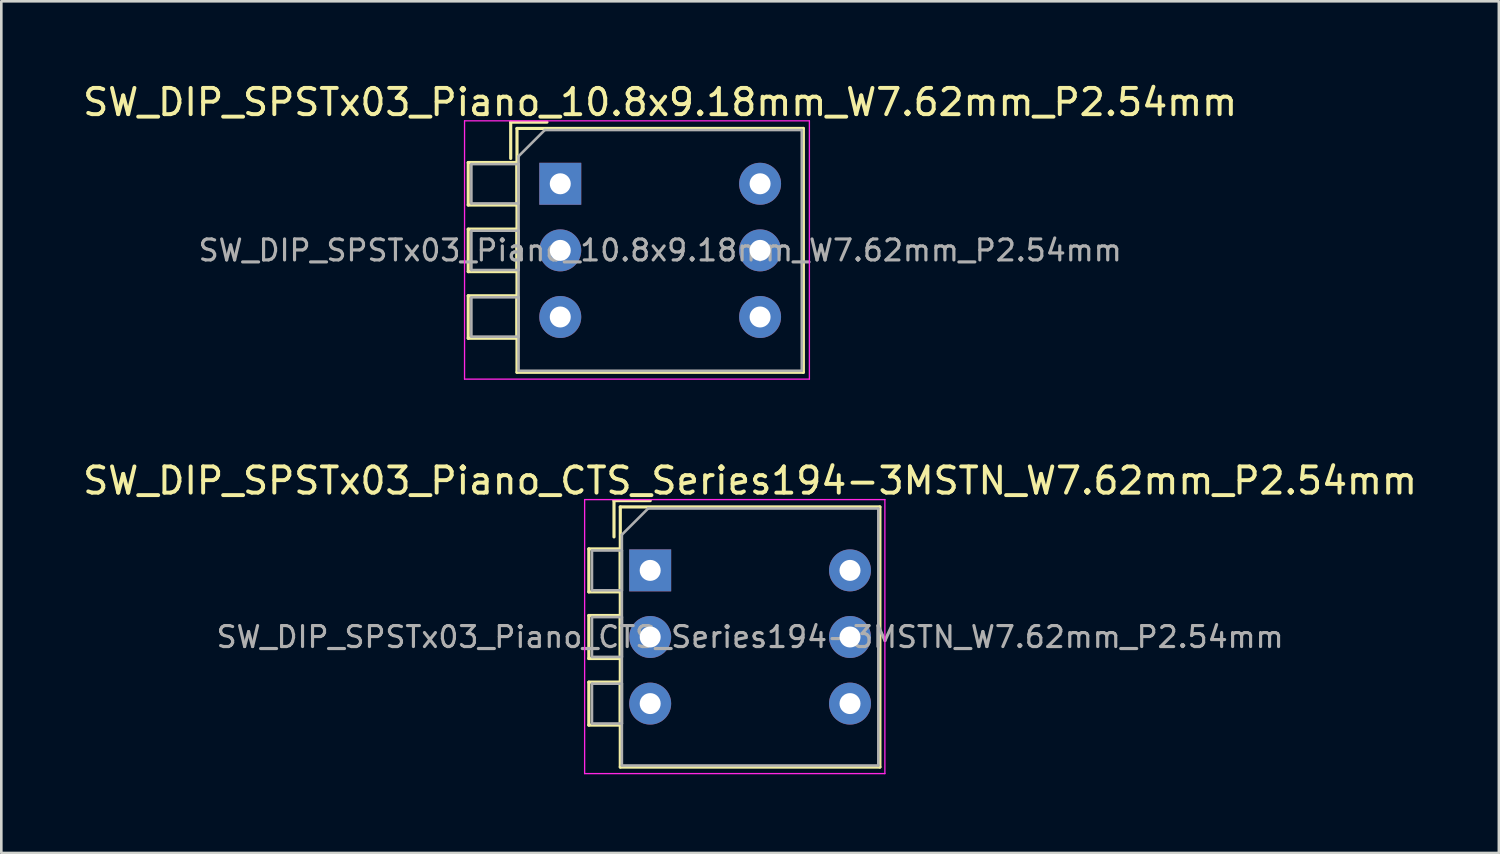
<source format=kicad_pcb>
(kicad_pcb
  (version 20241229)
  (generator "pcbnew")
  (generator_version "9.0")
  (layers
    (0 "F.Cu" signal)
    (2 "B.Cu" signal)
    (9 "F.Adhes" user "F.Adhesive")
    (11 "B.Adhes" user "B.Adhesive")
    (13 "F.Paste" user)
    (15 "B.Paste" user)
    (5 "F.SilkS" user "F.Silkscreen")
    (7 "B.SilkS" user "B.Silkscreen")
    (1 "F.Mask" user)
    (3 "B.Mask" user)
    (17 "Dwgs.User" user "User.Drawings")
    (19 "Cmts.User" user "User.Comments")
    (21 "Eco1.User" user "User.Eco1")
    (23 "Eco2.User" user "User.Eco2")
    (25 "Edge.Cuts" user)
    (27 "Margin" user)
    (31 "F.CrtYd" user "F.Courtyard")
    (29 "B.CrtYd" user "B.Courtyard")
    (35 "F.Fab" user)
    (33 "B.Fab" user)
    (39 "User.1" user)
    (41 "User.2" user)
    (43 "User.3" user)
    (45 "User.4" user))
  (footprint "SW_DIP_SPSTx03_Piano_10.8x9.18mm_W7.62mm_P2.54mm"
    (layer "F.Cu")
    (at 18.315 3.958)
    (property "Reference" "SW_DIP_SPSTx03_Piano_10.8x9.18mm_W7.62mm_P2.54mm" (at 3.81 -3.11 0) (layer "F.SilkS") (effects (font (size 1 1) (thickness 0.15))))
    (attr through_hole)
    (fp_line (start -3.51 -0.81) (end -3.51 0.81) (stroke (width 0.12) (type solid)) (layer "F.SilkS"))
    (fp_line (start -3.51 -0.81) (end -1.65 -0.81) (stroke (width 0.12) (type solid)) (layer "F.SilkS"))
    (fp_line (start -3.51 0.81) (end -1.65 0.81) (stroke (width 0.12) (type solid)) (layer "F.SilkS"))
    (fp_line (start -3.51 1.73) (end -3.51 3.35) (stroke (width 0.12) (type solid)) (layer "F.SilkS"))
    (fp_line (start -3.51 1.73) (end -1.65 1.73) (stroke (width 0.12) (type solid)) (layer "F.SilkS"))
    (fp_line (start -3.51 3.35) (end -1.65 3.35) (stroke (width 0.12) (type solid)) (layer "F.SilkS"))
    (fp_line (start -3.51 4.27) (end -3.51 5.89) (stroke (width 0.12) (type solid)) (layer "F.SilkS"))
    (fp_line (start -3.51 4.27) (end -1.65 4.27) (stroke (width 0.12) (type solid)) (layer "F.SilkS"))
    (fp_line (start -3.51 5.89) (end -1.65 5.89) (stroke (width 0.12) (type solid)) (layer "F.SilkS"))
    (fp_line (start -1.89 -2.35) (end -1.89 -0.967) (stroke (width 0.12) (type solid)) (layer "F.SilkS"))
    (fp_line (start -1.89 -2.35) (end -0.507 -2.35) (stroke (width 0.12) (type solid)) (layer "F.SilkS"))
    (fp_line (start -1.65 -2.11) (end -1.65 7.19) (stroke (width 0.12) (type solid)) (layer "F.SilkS"))
    (fp_line (start -1.65 -2.11) (end 9.27 -2.11) (stroke (width 0.12) (type solid)) (layer "F.SilkS"))
    (fp_line (start -1.65 -0.81) (end -1.65 0.81) (stroke (width 0.12) (type solid)) (layer "F.SilkS"))
    (fp_line (start -1.65 1.73) (end -1.65 3.35) (stroke (width 0.12) (type solid)) (layer "F.SilkS"))
    (fp_line (start -1.65 4.27) (end -1.65 5.89) (stroke (width 0.12) (type solid)) (layer "F.SilkS"))
    (fp_line (start -1.65 7.19) (end 9.27 7.19) (stroke (width 0.12) (type solid)) (layer "F.SilkS"))
    (fp_line (start 9.27 -2.11) (end 9.27 7.19) (stroke (width 0.12) (type solid)) (layer "F.SilkS"))
    (fp_line (start -3.65 -2.4) (end -3.65 7.45) (stroke (width 0.05) (type solid)) (layer "F.CrtYd"))
    (fp_line (start -3.65 7.45) (end 9.5 7.45) (stroke (width 0.05) (type solid)) (layer "F.CrtYd"))
    (fp_line (start 9.5 -2.4) (end -3.65 -2.4) (stroke (width 0.05) (type solid)) (layer "F.CrtYd"))
    (fp_line (start 9.5 7.45) (end 9.5 -2.4) (stroke (width 0.05) (type solid)) (layer "F.CrtYd"))
    (fp_line (start -3.39 -0.75) (end -1.59 -0.75) (stroke (width 0.1) (type solid)) (layer "F.Fab"))
    (fp_line (start -3.39 0.75) (end -3.39 -0.75) (stroke (width 0.1) (type solid)) (layer "F.Fab"))
    (fp_line (start -3.39 1.79) (end -1.59 1.79) (stroke (width 0.1) (type solid)) (layer "F.Fab"))
    (fp_line (start -3.39 3.29) (end -3.39 1.79) (stroke (width 0.1) (type solid)) (layer "F.Fab"))
    (fp_line (start -3.39 4.33) (end -1.59 4.33) (stroke (width 0.1) (type solid)) (layer "F.Fab"))
    (fp_line (start -3.39 5.83) (end -3.39 4.33) (stroke (width 0.1) (type solid)) (layer "F.Fab"))
    (fp_line (start -1.59 -1.05) (end -0.59 -2.05) (stroke (width 0.1) (type solid)) (layer "F.Fab"))
    (fp_line (start -1.59 -0.75) (end -1.59 0.75) (stroke (width 0.1) (type solid)) (layer "F.Fab"))
    (fp_line (start -1.59 0.75) (end -3.39 0.75) (stroke (width 0.1) (type solid)) (layer "F.Fab"))
    (fp_line (start -1.59 1.79) (end -1.59 3.29) (stroke (width 0.1) (type solid)) (layer "F.Fab"))
    (fp_line (start -1.59 3.29) (end -3.39 3.29) (stroke (width 0.1) (type solid)) (layer "F.Fab"))
    (fp_line (start -1.59 4.33) (end -1.59 5.83) (stroke (width 0.1) (type solid)) (layer "F.Fab"))
    (fp_line (start -1.59 5.83) (end -3.39 5.83) (stroke (width 0.1) (type solid)) (layer "F.Fab"))
    (fp_line (start -1.59 7.13) (end -1.59 -1.05) (stroke (width 0.1) (type solid)) (layer "F.Fab"))
    (fp_line (start -0.59 -2.05) (end 9.21 -2.05) (stroke (width 0.1) (type solid)) (layer "F.Fab"))
    (fp_line (start 9.21 -2.05) (end 9.21 7.13) (stroke (width 0.1) (type solid)) (layer "F.Fab"))
    (fp_line (start 9.21 7.13) (end -1.59 7.13) (stroke (width 0.1) (type solid)) (layer "F.Fab"))
    (fp_text user "${REFERENCE}" (at 3.81 2.54 0) (layer "F.Fab") (effects (font (size 0.8 0.8) (thickness 0.12))))
    (pad "1" thru_hole rect (at 0 0) (size 1.6 1.6) (drill 0.8) (layers "*.Cu" "*.Mask"))
    (pad "2" thru_hole oval (at 0 2.54) (size 1.6 1.6) (drill 0.8) (layers "*.Cu" "*.Mask"))
    (pad "3" thru_hole oval (at 0 5.08) (size 1.6 1.6) (drill 0.8) (layers "*.Cu" "*.Mask"))
    (pad "4" thru_hole oval (at 7.62 5.08) (size 1.6 1.6) (drill 0.8) (layers "*.Cu" "*.Mask"))
    (pad "5" thru_hole oval (at 7.62 2.54) (size 1.6 1.6) (drill 0.8) (layers "*.Cu" "*.Mask"))
    (pad "6" thru_hole oval (at 7.62 0) (size 1.6 1.6) (drill 0.8) (layers "*.Cu" "*.Mask")))
  (footprint "SW_DIP_SPSTx03_Piano_CTS_Series194-3MSTN_W7.62mm_P2.54mm"
    (layer "F.Cu")
    (at 21.744 18.701)
    (property "Reference" "SW_DIP_SPSTx03_Piano_CTS_Series194-3MSTN_W7.62mm_P2.54mm" (at 3.81 -3.42 0) (layer "F.SilkS") (effects (font (size 1 1) (thickness 0.15))))
    (attr through_hole)
    (fp_line (start -2.34 -0.82) (end -2.34 0.82) (stroke (width 0.12) (type solid)) (layer "F.SilkS"))
    (fp_line (start -2.34 -0.82) (end -1.14 -0.82) (stroke (width 0.12) (type solid)) (layer "F.SilkS"))
    (fp_line (start -2.34 0.82) (end -1.14 0.82) (stroke (width 0.12) (type solid)) (layer "F.SilkS"))
    (fp_line (start -2.34 1.72) (end -2.34 3.361) (stroke (width 0.12) (type solid)) (layer "F.SilkS"))
    (fp_line (start -2.34 1.72) (end -1.14 1.72) (stroke (width 0.12) (type solid)) (layer "F.SilkS"))
    (fp_line (start -2.34 3.361) (end -1.14 3.361) (stroke (width 0.12) (type solid)) (layer "F.SilkS"))
    (fp_line (start -2.34 4.261) (end -2.34 5.9) (stroke (width 0.12) (type solid)) (layer "F.SilkS"))
    (fp_line (start -2.34 4.261) (end -1.14 4.261) (stroke (width 0.12) (type solid)) (layer "F.SilkS"))
    (fp_line (start -2.34 5.9) (end -1.14 5.9) (stroke (width 0.12) (type solid)) (layer "F.SilkS"))
    (fp_line (start -1.38 -2.66) (end -1.38 -1.277) (stroke (width 0.12) (type solid)) (layer "F.SilkS"))
    (fp_line (start -1.38 -2.66) (end 0.004 -2.66) (stroke (width 0.12) (type solid)) (layer "F.SilkS"))
    (fp_line (start -1.14 -2.42) (end -1.14 7.5) (stroke (width 0.12) (type solid)) (layer "F.SilkS"))
    (fp_line (start -1.14 -2.42) (end 8.76 -2.42) (stroke (width 0.12) (type solid)) (layer "F.SilkS"))
    (fp_line (start -1.14 -0.82) (end -1.14 0.82) (stroke (width 0.12) (type solid)) (layer "F.SilkS"))
    (fp_line (start -1.14 1.72) (end -1.14 3.361) (stroke (width 0.12) (type solid)) (layer "F.SilkS"))
    (fp_line (start -1.14 4.261) (end -1.14 5.9) (stroke (width 0.12) (type solid)) (layer "F.SilkS"))
    (fp_line (start -1.14 7.5) (end 8.76 7.5) (stroke (width 0.12) (type solid)) (layer "F.SilkS"))
    (fp_line (start 8.76 -2.42) (end 8.76 7.5) (stroke (width 0.12) (type solid)) (layer "F.SilkS"))
    (fp_line (start -2.5 -2.7) (end -2.5 7.75) (stroke (width 0.05) (type solid)) (layer "F.CrtYd"))
    (fp_line (start -2.5 7.75) (end 8.95 7.75) (stroke (width 0.05) (type solid)) (layer "F.CrtYd"))
    (fp_line (start 8.95 -2.7) (end -2.5 -2.7) (stroke (width 0.05) (type solid)) (layer "F.CrtYd"))
    (fp_line (start 8.95 7.75) (end 8.95 -2.7) (stroke (width 0.05) (type solid)) (layer "F.CrtYd"))
    (fp_line (start -2.22 -0.76) (end -1.08 -0.76) (stroke (width 0.1) (type solid)) (layer "F.Fab"))
    (fp_line (start -2.22 0.76) (end -2.22 -0.76) (stroke (width 0.1) (type solid)) (layer "F.Fab"))
    (fp_line (start -2.22 1.78) (end -1.08 1.78) (stroke (width 0.1) (type solid)) (layer "F.Fab"))
    (fp_line (start -2.22 3.3) (end -2.22 1.78) (stroke (width 0.1) (type solid)) (layer "F.Fab"))
    (fp_line (start -2.22 4.32) (end -1.08 4.32) (stroke (width 0.1) (type solid)) (layer "F.Fab"))
    (fp_line (start -2.22 5.84) (end -2.22 4.32) (stroke (width 0.1) (type solid)) (layer "F.Fab"))
    (fp_line (start -1.08 -1.36) (end -0.08 -2.36) (stroke (width 0.1) (type solid)) (layer "F.Fab"))
    (fp_line (start -1.08 -0.76) (end -1.08 0.76) (stroke (width 0.1) (type solid)) (layer "F.Fab"))
    (fp_line (start -1.08 0.76) (end -2.22 0.76) (stroke (width 0.1) (type solid)) (layer "F.Fab"))
    (fp_line (start -1.08 1.78) (end -1.08 3.3) (stroke (width 0.1) (type solid)) (layer "F.Fab"))
    (fp_line (start -1.08 3.3) (end -2.22 3.3) (stroke (width 0.1) (type solid)) (layer "F.Fab"))
    (fp_line (start -1.08 4.32) (end -1.08 5.84) (stroke (width 0.1) (type solid)) (layer "F.Fab"))
    (fp_line (start -1.08 5.84) (end -2.22 5.84) (stroke (width 0.1) (type solid)) (layer "F.Fab"))
    (fp_line (start -1.08 7.44) (end -1.08 -1.36) (stroke (width 0.1) (type solid)) (layer "F.Fab"))
    (fp_line (start -0.08 -2.36) (end 8.7 -2.36) (stroke (width 0.1) (type solid)) (layer "F.Fab"))
    (fp_line (start 8.7 -2.36) (end 8.7 7.44) (stroke (width 0.1) (type solid)) (layer "F.Fab"))
    (fp_line (start 8.7 7.44) (end -1.08 7.44) (stroke (width 0.1) (type solid)) (layer "F.Fab"))
    (fp_text user "${REFERENCE}" (at 3.81 2.54 0) (layer "F.Fab") (effects (font (size 0.8 0.8) (thickness 0.12))))
    (pad "1" thru_hole rect (at 0 0) (size 1.6 1.6) (drill 0.8) (layers "*.Cu" "*.Mask"))
    (pad "2" thru_hole oval (at 0 2.54) (size 1.6 1.6) (drill 0.8) (layers "*.Cu" "*.Mask"))
    (pad "3" thru_hole oval (at 0 5.08) (size 1.6 1.6) (drill 0.8) (layers "*.Cu" "*.Mask"))
    (pad "4" thru_hole oval (at 7.62 5.08) (size 1.6 1.6) (drill 0.8) (layers "*.Cu" "*.Mask"))
    (pad "5" thru_hole oval (at 7.62 2.54) (size 1.6 1.6) (drill 0.8) (layers "*.Cu" "*.Mask"))
    (pad "6" thru_hole oval (at 7.62 0) (size 1.6 1.6) (drill 0.8) (layers "*.Cu" "*.Mask")))
  (gr_rect
    (start -3 -3)
    (end 54.107 29.477)
    (stroke (width 0.1) (type default))
    (fill no)
    (layer "Edge.Cuts")))
</source>
